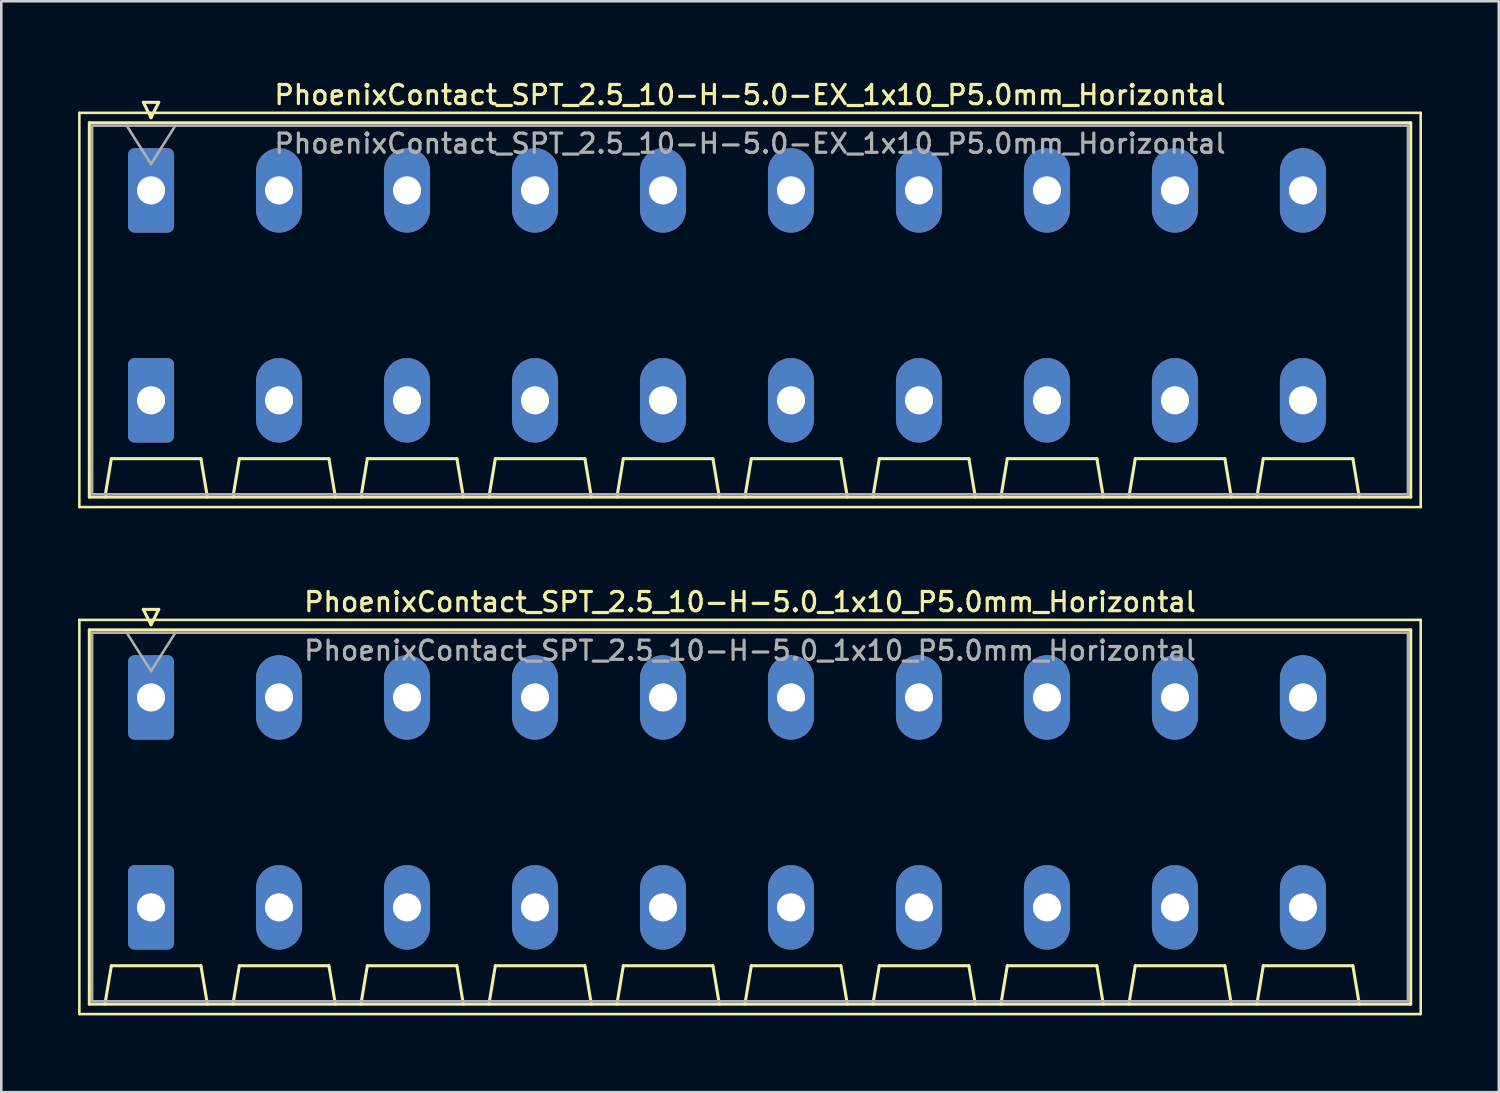
<source format=kicad_pcb>
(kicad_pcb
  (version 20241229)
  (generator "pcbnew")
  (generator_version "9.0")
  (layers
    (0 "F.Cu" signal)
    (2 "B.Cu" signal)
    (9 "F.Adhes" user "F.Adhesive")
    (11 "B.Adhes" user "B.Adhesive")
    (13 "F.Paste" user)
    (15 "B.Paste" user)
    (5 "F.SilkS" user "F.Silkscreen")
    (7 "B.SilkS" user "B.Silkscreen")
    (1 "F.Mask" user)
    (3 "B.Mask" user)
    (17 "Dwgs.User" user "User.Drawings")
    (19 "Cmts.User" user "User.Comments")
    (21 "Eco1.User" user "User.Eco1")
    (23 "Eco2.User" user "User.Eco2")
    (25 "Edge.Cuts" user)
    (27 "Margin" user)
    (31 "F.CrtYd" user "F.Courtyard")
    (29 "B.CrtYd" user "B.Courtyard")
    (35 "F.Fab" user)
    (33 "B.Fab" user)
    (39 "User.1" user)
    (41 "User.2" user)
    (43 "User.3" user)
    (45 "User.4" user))
  (footprint "PhoenixContact_SPT_2.5_10-H-5.0-EX_1x10_P5.0mm_Horizontal"
    (layer "F.Cu")
    (at 2.85 4.388)
    (property "Reference" "PhoenixContact_SPT_2.5_10-H-5.0-EX_1x10_P5.0mm_Horizontal" (at 23.4 -3.73 0) (layer "F.SilkS") (effects (font (size 0.75 0.75) (thickness 0.125))))
    (attr through_hole)
    (fp_line (start -2.8 -3.03) (end -2.8 12.37) (stroke (width 0.1) (type solid)) (layer "F.SilkS"))
    (fp_line (start -2.8 12.37) (end 49.6 12.37) (stroke (width 0.1) (type solid)) (layer "F.SilkS"))
    (fp_line (start -2.41 -2.64) (end 49.21 -2.64) (stroke (width 0.12) (type solid)) (layer "F.SilkS"))
    (fp_line (start -2.41 11.98) (end -2.41 -2.64) (stroke (width 0.12) (type solid)) (layer "F.SilkS"))
    (fp_line (start -1.8 11.98) (end -1.55 10.48) (stroke (width 0.12) (type solid)) (layer "F.SilkS"))
    (fp_line (start -1.55 10.48) (end 1.95 10.48) (stroke (width 0.12) (type solid)) (layer "F.SilkS"))
    (fp_line (start -0.3 -3.44) (end 0 -2.84) (stroke (width 0.12) (type solid)) (layer "F.SilkS"))
    (fp_line (start -0.3 -3.44) (end 0.3 -3.44) (stroke (width 0.12) (type solid)) (layer "F.SilkS"))
    (fp_line (start 0.3 -3.44) (end 0 -2.84) (stroke (width 0.12) (type solid)) (layer "F.SilkS"))
    (fp_line (start 2.2 11.98) (end 1.95 10.48) (stroke (width 0.12) (type solid)) (layer "F.SilkS"))
    (fp_line (start 3.2 11.98) (end 3.45 10.48) (stroke (width 0.12) (type solid)) (layer "F.SilkS"))
    (fp_line (start 3.45 10.48) (end 6.95 10.48) (stroke (width 0.12) (type solid)) (layer "F.SilkS"))
    (fp_line (start 7.2 11.98) (end 6.95 10.48) (stroke (width 0.12) (type solid)) (layer "F.SilkS"))
    (fp_line (start 8.2 11.98) (end 8.45 10.48) (stroke (width 0.12) (type solid)) (layer "F.SilkS"))
    (fp_line (start 8.45 10.48) (end 11.95 10.48) (stroke (width 0.12) (type solid)) (layer "F.SilkS"))
    (fp_line (start 12.2 11.98) (end 11.95 10.48) (stroke (width 0.12) (type solid)) (layer "F.SilkS"))
    (fp_line (start 13.2 11.98) (end 13.45 10.48) (stroke (width 0.12) (type solid)) (layer "F.SilkS"))
    (fp_line (start 13.45 10.48) (end 16.95 10.48) (stroke (width 0.12) (type solid)) (layer "F.SilkS"))
    (fp_line (start 17.2 11.98) (end 16.95 10.48) (stroke (width 0.12) (type solid)) (layer "F.SilkS"))
    (fp_line (start 18.2 11.98) (end 18.45 10.48) (stroke (width 0.12) (type solid)) (layer "F.SilkS"))
    (fp_line (start 18.45 10.48) (end 21.95 10.48) (stroke (width 0.12) (type solid)) (layer "F.SilkS"))
    (fp_line (start 22.2 11.98) (end 21.95 10.48) (stroke (width 0.12) (type solid)) (layer "F.SilkS"))
    (fp_line (start 23.2 11.98) (end 23.45 10.48) (stroke (width 0.12) (type solid)) (layer "F.SilkS"))
    (fp_line (start 23.45 10.48) (end 26.95 10.48) (stroke (width 0.12) (type solid)) (layer "F.SilkS"))
    (fp_line (start 27.2 11.98) (end 26.95 10.48) (stroke (width 0.12) (type solid)) (layer "F.SilkS"))
    (fp_line (start 28.2 11.98) (end 28.45 10.48) (stroke (width 0.12) (type solid)) (layer "F.SilkS"))
    (fp_line (start 28.45 10.48) (end 31.95 10.48) (stroke (width 0.12) (type solid)) (layer "F.SilkS"))
    (fp_line (start 32.2 11.98) (end 31.95 10.48) (stroke (width 0.12) (type solid)) (layer "F.SilkS"))
    (fp_line (start 33.2 11.98) (end 33.45 10.48) (stroke (width 0.12) (type solid)) (layer "F.SilkS"))
    (fp_line (start 33.45 10.48) (end 36.95 10.48) (stroke (width 0.12) (type solid)) (layer "F.SilkS"))
    (fp_line (start 37.2 11.98) (end 36.95 10.48) (stroke (width 0.12) (type solid)) (layer "F.SilkS"))
    (fp_line (start 38.2 11.98) (end 38.45 10.48) (stroke (width 0.12) (type solid)) (layer "F.SilkS"))
    (fp_line (start 38.45 10.48) (end 41.95 10.48) (stroke (width 0.12) (type solid)) (layer "F.SilkS"))
    (fp_line (start 42.2 11.98) (end 41.95 10.48) (stroke (width 0.12) (type solid)) (layer "F.SilkS"))
    (fp_line (start 43.2 11.98) (end 43.45 10.48) (stroke (width 0.12) (type solid)) (layer "F.SilkS"))
    (fp_line (start 43.45 10.48) (end 46.95 10.48) (stroke (width 0.12) (type solid)) (layer "F.SilkS"))
    (fp_line (start 47.2 11.98) (end 46.95 10.48) (stroke (width 0.12) (type solid)) (layer "F.SilkS"))
    (fp_line (start 49.21 -2.64) (end 49.21 11.98) (stroke (width 0.12) (type solid)) (layer "F.SilkS"))
    (fp_line (start 49.21 11.98) (end -2.41 11.98) (stroke (width 0.12) (type solid)) (layer "F.SilkS"))
    (fp_line (start 49.6 -3.03) (end -2.8 -3.03) (stroke (width 0.1) (type solid)) (layer "F.SilkS"))
    (fp_line (start 49.6 12.37) (end 49.6 -3.03) (stroke (width 0.1) (type solid)) (layer "F.SilkS"))
    (fp_line (start -2.3 -2.53) (end -2.3 11.87) (stroke (width 0.1) (type solid)) (layer "F.Fab"))
    (fp_line (start -2.3 11.87) (end 49.1 11.87) (stroke (width 0.1) (type solid)) (layer "F.Fab"))
    (fp_line (start -0.95 -2.53) (end 0 -1.03) (stroke (width 0.1) (type solid)) (layer "F.Fab"))
    (fp_line (start 0.95 -2.53) (end 0 -1.03) (stroke (width 0.1) (type solid)) (layer "F.Fab"))
    (fp_line (start 49.1 -2.53) (end -2.3 -2.53) (stroke (width 0.1) (type solid)) (layer "F.Fab"))
    (fp_line (start 49.1 11.87) (end 49.1 -2.53) (stroke (width 0.1) (type solid)) (layer "F.Fab"))
    (fp_text user "${REFERENCE}" (at 23.4 -1.83 0) (layer "F.Fab") (effects (font (size 0.75 0.75) (thickness 0.125))))
    (pad "1" thru_hole roundrect (at 0 0) (size 1.8 3.3) (drill 1.1) (layers "*.Cu" "*.Mask") (roundrect_rratio 0.139))
    (pad "1" thru_hole roundrect (at 0 8.2) (size 1.8 3.3) (drill 1.1) (layers "*.Cu" "*.Mask") (roundrect_rratio 0.139))
    (pad "2" thru_hole oval (at 5 0) (size 1.8 3.3) (drill 1.1) (layers "*.Cu" "*.Mask"))
    (pad "2" thru_hole oval (at 5 8.2) (size 1.8 3.3) (drill 1.1) (layers "*.Cu" "*.Mask"))
    (pad "3" thru_hole oval (at 10 0) (size 1.8 3.3) (drill 1.1) (layers "*.Cu" "*.Mask"))
    (pad "3" thru_hole oval (at 10 8.2) (size 1.8 3.3) (drill 1.1) (layers "*.Cu" "*.Mask"))
    (pad "4" thru_hole oval (at 15 0) (size 1.8 3.3) (drill 1.1) (layers "*.Cu" "*.Mask"))
    (pad "4" thru_hole oval (at 15 8.2) (size 1.8 3.3) (drill 1.1) (layers "*.Cu" "*.Mask"))
    (pad "5" thru_hole oval (at 20 0) (size 1.8 3.3) (drill 1.1) (layers "*.Cu" "*.Mask"))
    (pad "5" thru_hole oval (at 20 8.2) (size 1.8 3.3) (drill 1.1) (layers "*.Cu" "*.Mask"))
    (pad "6" thru_hole oval (at 25 0) (size 1.8 3.3) (drill 1.1) (layers "*.Cu" "*.Mask"))
    (pad "6" thru_hole oval (at 25 8.2) (size 1.8 3.3) (drill 1.1) (layers "*.Cu" "*.Mask"))
    (pad "7" thru_hole oval (at 30 0) (size 1.8 3.3) (drill 1.1) (layers "*.Cu" "*.Mask"))
    (pad "7" thru_hole oval (at 30 8.2) (size 1.8 3.3) (drill 1.1) (layers "*.Cu" "*.Mask"))
    (pad "8" thru_hole oval (at 35 0) (size 1.8 3.3) (drill 1.1) (layers "*.Cu" "*.Mask"))
    (pad "8" thru_hole oval (at 35 8.2) (size 1.8 3.3) (drill 1.1) (layers "*.Cu" "*.Mask"))
    (pad "9" thru_hole oval (at 40 0) (size 1.8 3.3) (drill 1.1) (layers "*.Cu" "*.Mask"))
    (pad "9" thru_hole oval (at 40 8.2) (size 1.8 3.3) (drill 1.1) (layers "*.Cu" "*.Mask"))
    (pad "10" thru_hole oval (at 45 0) (size 1.8 3.3) (drill 1.1) (layers "*.Cu" "*.Mask"))
    (pad "10" thru_hole oval (at 45 8.2) (size 1.8 3.3) (drill 1.1) (layers "*.Cu" "*.Mask")))
  (footprint "PhoenixContact_SPT_2.5_10-H-5.0_1x10_P5.0mm_Horizontal"
    (layer "F.Cu")
    (at 2.85 24.196)
    (property "Reference" "PhoenixContact_SPT_2.5_10-H-5.0_1x10_P5.0mm_Horizontal" (at 23.4 -3.73 0) (layer "F.SilkS") (effects (font (size 0.75 0.75) (thickness 0.125))))
    (attr through_hole)
    (fp_line (start -2.8 -3.03) (end -2.8 12.37) (stroke (width 0.1) (type solid)) (layer "F.SilkS"))
    (fp_line (start -2.8 12.37) (end 49.6 12.37) (stroke (width 0.1) (type solid)) (layer "F.SilkS"))
    (fp_line (start -2.41 -2.64) (end 49.21 -2.64) (stroke (width 0.12) (type solid)) (layer "F.SilkS"))
    (fp_line (start -2.41 11.98) (end -2.41 -2.64) (stroke (width 0.12) (type solid)) (layer "F.SilkS"))
    (fp_line (start -1.8 11.98) (end -1.55 10.48) (stroke (width 0.12) (type solid)) (layer "F.SilkS"))
    (fp_line (start -1.55 10.48) (end 1.95 10.48) (stroke (width 0.12) (type solid)) (layer "F.SilkS"))
    (fp_line (start -0.3 -3.44) (end 0 -2.84) (stroke (width 0.12) (type solid)) (layer "F.SilkS"))
    (fp_line (start -0.3 -3.44) (end 0.3 -3.44) (stroke (width 0.12) (type solid)) (layer "F.SilkS"))
    (fp_line (start 0.3 -3.44) (end 0 -2.84) (stroke (width 0.12) (type solid)) (layer "F.SilkS"))
    (fp_line (start 2.2 11.98) (end 1.95 10.48) (stroke (width 0.12) (type solid)) (layer "F.SilkS"))
    (fp_line (start 3.2 11.98) (end 3.45 10.48) (stroke (width 0.12) (type solid)) (layer "F.SilkS"))
    (fp_line (start 3.45 10.48) (end 6.95 10.48) (stroke (width 0.12) (type solid)) (layer "F.SilkS"))
    (fp_line (start 7.2 11.98) (end 6.95 10.48) (stroke (width 0.12) (type solid)) (layer "F.SilkS"))
    (fp_line (start 8.2 11.98) (end 8.45 10.48) (stroke (width 0.12) (type solid)) (layer "F.SilkS"))
    (fp_line (start 8.45 10.48) (end 11.95 10.48) (stroke (width 0.12) (type solid)) (layer "F.SilkS"))
    (fp_line (start 12.2 11.98) (end 11.95 10.48) (stroke (width 0.12) (type solid)) (layer "F.SilkS"))
    (fp_line (start 13.2 11.98) (end 13.45 10.48) (stroke (width 0.12) (type solid)) (layer "F.SilkS"))
    (fp_line (start 13.45 10.48) (end 16.95 10.48) (stroke (width 0.12) (type solid)) (layer "F.SilkS"))
    (fp_line (start 17.2 11.98) (end 16.95 10.48) (stroke (width 0.12) (type solid)) (layer "F.SilkS"))
    (fp_line (start 18.2 11.98) (end 18.45 10.48) (stroke (width 0.12) (type solid)) (layer "F.SilkS"))
    (fp_line (start 18.45 10.48) (end 21.95 10.48) (stroke (width 0.12) (type solid)) (layer "F.SilkS"))
    (fp_line (start 22.2 11.98) (end 21.95 10.48) (stroke (width 0.12) (type solid)) (layer "F.SilkS"))
    (fp_line (start 23.2 11.98) (end 23.45 10.48) (stroke (width 0.12) (type solid)) (layer "F.SilkS"))
    (fp_line (start 23.45 10.48) (end 26.95 10.48) (stroke (width 0.12) (type solid)) (layer "F.SilkS"))
    (fp_line (start 27.2 11.98) (end 26.95 10.48) (stroke (width 0.12) (type solid)) (layer "F.SilkS"))
    (fp_line (start 28.2 11.98) (end 28.45 10.48) (stroke (width 0.12) (type solid)) (layer "F.SilkS"))
    (fp_line (start 28.45 10.48) (end 31.95 10.48) (stroke (width 0.12) (type solid)) (layer "F.SilkS"))
    (fp_line (start 32.2 11.98) (end 31.95 10.48) (stroke (width 0.12) (type solid)) (layer "F.SilkS"))
    (fp_line (start 33.2 11.98) (end 33.45 10.48) (stroke (width 0.12) (type solid)) (layer "F.SilkS"))
    (fp_line (start 33.45 10.48) (end 36.95 10.48) (stroke (width 0.12) (type solid)) (layer "F.SilkS"))
    (fp_line (start 37.2 11.98) (end 36.95 10.48) (stroke (width 0.12) (type solid)) (layer "F.SilkS"))
    (fp_line (start 38.2 11.98) (end 38.45 10.48) (stroke (width 0.12) (type solid)) (layer "F.SilkS"))
    (fp_line (start 38.45 10.48) (end 41.95 10.48) (stroke (width 0.12) (type solid)) (layer "F.SilkS"))
    (fp_line (start 42.2 11.98) (end 41.95 10.48) (stroke (width 0.12) (type solid)) (layer "F.SilkS"))
    (fp_line (start 43.2 11.98) (end 43.45 10.48) (stroke (width 0.12) (type solid)) (layer "F.SilkS"))
    (fp_line (start 43.45 10.48) (end 46.95 10.48) (stroke (width 0.12) (type solid)) (layer "F.SilkS"))
    (fp_line (start 47.2 11.98) (end 46.95 10.48) (stroke (width 0.12) (type solid)) (layer "F.SilkS"))
    (fp_line (start 49.21 -2.64) (end 49.21 11.98) (stroke (width 0.12) (type solid)) (layer "F.SilkS"))
    (fp_line (start 49.21 11.98) (end -2.41 11.98) (stroke (width 0.12) (type solid)) (layer "F.SilkS"))
    (fp_line (start 49.6 -3.03) (end -2.8 -3.03) (stroke (width 0.1) (type solid)) (layer "F.SilkS"))
    (fp_line (start 49.6 12.37) (end 49.6 -3.03) (stroke (width 0.1) (type solid)) (layer "F.SilkS"))
    (fp_line (start -2.3 -2.53) (end -2.3 11.87) (stroke (width 0.1) (type solid)) (layer "F.Fab"))
    (fp_line (start -2.3 11.87) (end 49.1 11.87) (stroke (width 0.1) (type solid)) (layer "F.Fab"))
    (fp_line (start -0.95 -2.53) (end 0 -1.03) (stroke (width 0.1) (type solid)) (layer "F.Fab"))
    (fp_line (start 0.95 -2.53) (end 0 -1.03) (stroke (width 0.1) (type solid)) (layer "F.Fab"))
    (fp_line (start 49.1 -2.53) (end -2.3 -2.53) (stroke (width 0.1) (type solid)) (layer "F.Fab"))
    (fp_line (start 49.1 11.87) (end 49.1 -2.53) (stroke (width 0.1) (type solid)) (layer "F.Fab"))
    (fp_text user "${REFERENCE}" (at 23.4 -1.83 0) (layer "F.Fab") (effects (font (size 0.75 0.75) (thickness 0.125))))
    (pad "1" thru_hole roundrect (at 0 0) (size 1.8 3.3) (drill 1.1) (layers "*.Cu" "*.Mask") (roundrect_rratio 0.139))
    (pad "1" thru_hole roundrect (at 0 8.2) (size 1.8 3.3) (drill 1.1) (layers "*.Cu" "*.Mask") (roundrect_rratio 0.139))
    (pad "2" thru_hole oval (at 5 0) (size 1.8 3.3) (drill 1.1) (layers "*.Cu" "*.Mask"))
    (pad "2" thru_hole oval (at 5 8.2) (size 1.8 3.3) (drill 1.1) (layers "*.Cu" "*.Mask"))
    (pad "3" thru_hole oval (at 10 0) (size 1.8 3.3) (drill 1.1) (layers "*.Cu" "*.Mask"))
    (pad "3" thru_hole oval (at 10 8.2) (size 1.8 3.3) (drill 1.1) (layers "*.Cu" "*.Mask"))
    (pad "4" thru_hole oval (at 15 0) (size 1.8 3.3) (drill 1.1) (layers "*.Cu" "*.Mask"))
    (pad "4" thru_hole oval (at 15 8.2) (size 1.8 3.3) (drill 1.1) (layers "*.Cu" "*.Mask"))
    (pad "5" thru_hole oval (at 20 0) (size 1.8 3.3) (drill 1.1) (layers "*.Cu" "*.Mask"))
    (pad "5" thru_hole oval (at 20 8.2) (size 1.8 3.3) (drill 1.1) (layers "*.Cu" "*.Mask"))
    (pad "6" thru_hole oval (at 25 0) (size 1.8 3.3) (drill 1.1) (layers "*.Cu" "*.Mask"))
    (pad "6" thru_hole oval (at 25 8.2) (size 1.8 3.3) (drill 1.1) (layers "*.Cu" "*.Mask"))
    (pad "7" thru_hole oval (at 30 0) (size 1.8 3.3) (drill 1.1) (layers "*.Cu" "*.Mask"))
    (pad "7" thru_hole oval (at 30 8.2) (size 1.8 3.3) (drill 1.1) (layers "*.Cu" "*.Mask"))
    (pad "8" thru_hole oval (at 35 0) (size 1.8 3.3) (drill 1.1) (layers "*.Cu" "*.Mask"))
    (pad "8" thru_hole oval (at 35 8.2) (size 1.8 3.3) (drill 1.1) (layers "*.Cu" "*.Mask"))
    (pad "9" thru_hole oval (at 40 0) (size 1.8 3.3) (drill 1.1) (layers "*.Cu" "*.Mask"))
    (pad "9" thru_hole oval (at 40 8.2) (size 1.8 3.3) (drill 1.1) (layers "*.Cu" "*.Mask"))
    (pad "10" thru_hole oval (at 45 0) (size 1.8 3.3) (drill 1.1) (layers "*.Cu" "*.Mask"))
    (pad "10" thru_hole oval (at 45 8.2) (size 1.8 3.3) (drill 1.1) (layers "*.Cu" "*.Mask")))
  (gr_rect
    (start -3 -3)
    (end 55.5 39.616)
    (stroke (width 0.1) (type default))
    (fill no)
    (layer "Edge.Cuts")))
</source>
